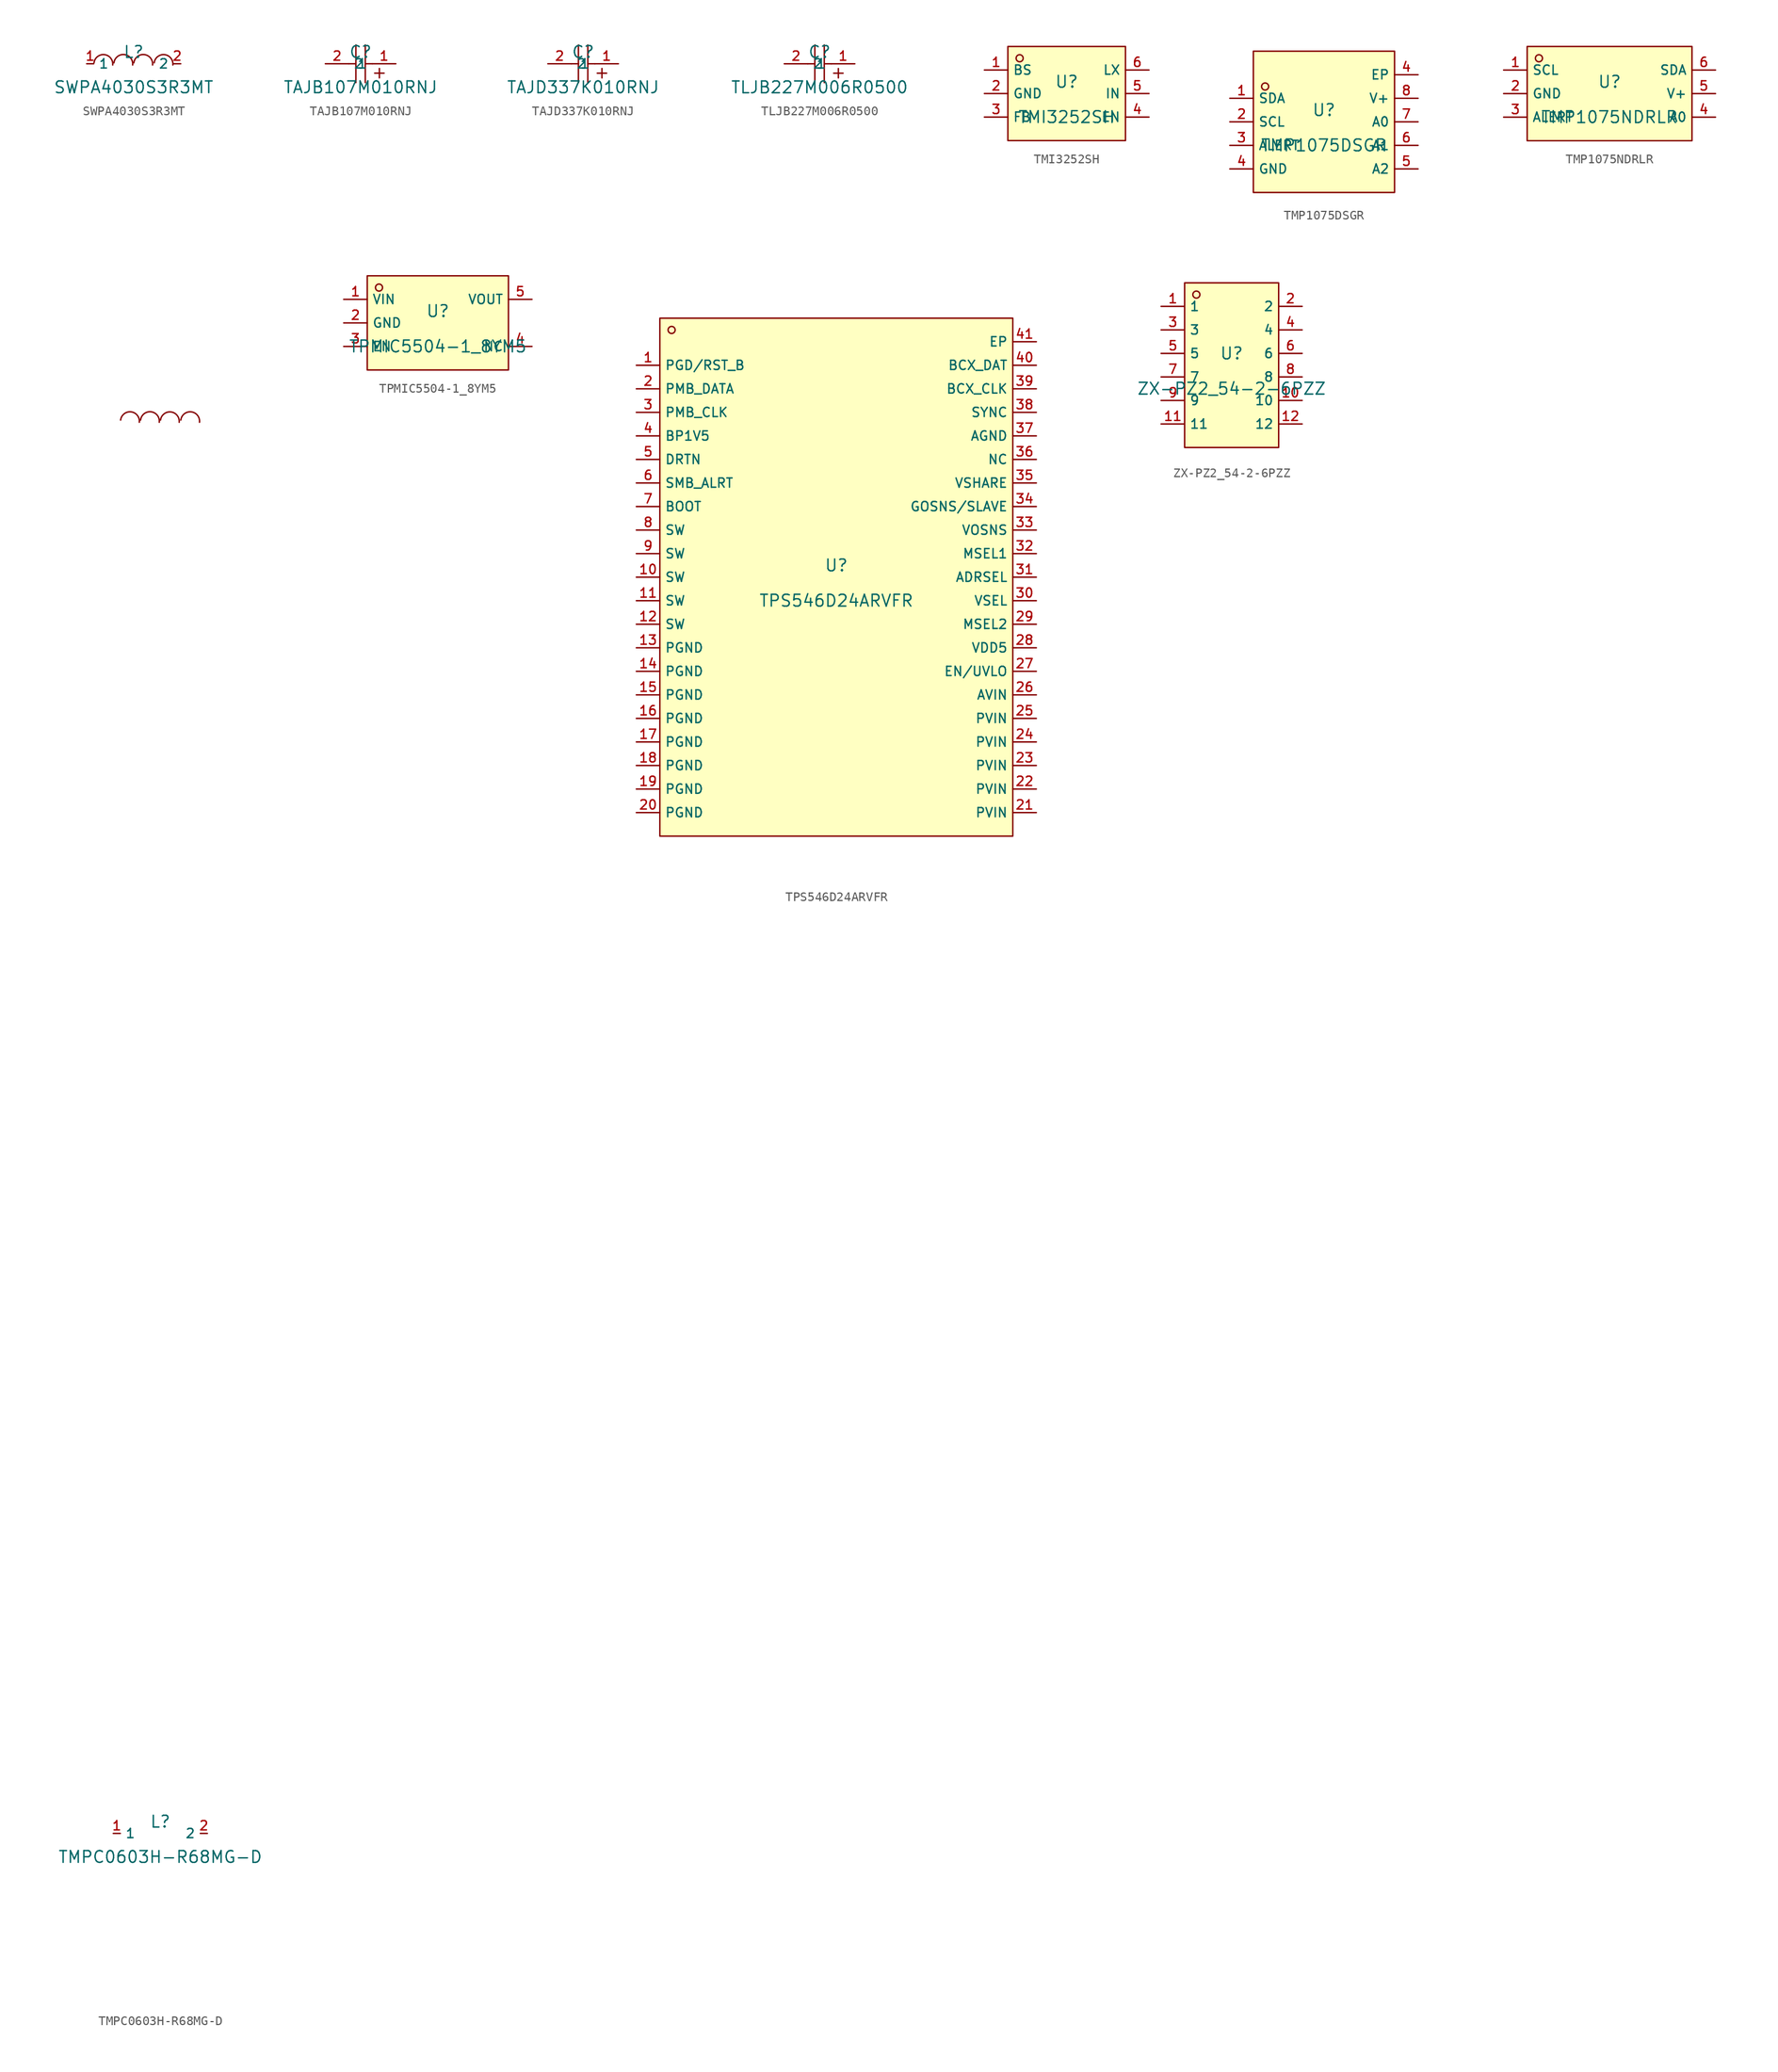
<source format=kicad_sym>
(kicad_symbol_lib
  (version 20241209)
  (generator "kicad_symbol_editor")
  (generator_version "9.0")
  (symbol "SWPA4030S3R3MT"
    (property "Reference" "L"
      (at 0 1.27 0)
      (effects (font (size 1.27 1.27))))
    (property "Value" "SWPA4030S3R3MT"
      (at 0 -2.54 0)
      (effects (font (size 1.27 1.27))))
    (symbol "SWPA4030S3R3MT_0_1"
      (arc (start -4.2858 0.1011) (mid -3.1595 0.9883) (end -2.2674 -0.1341) (stroke (width 0) (type default)) (fill (type none)))
      (arc (start -2.1318 0.1001) (mid -1.0047 0.9914) (end -0.1135 -0.1357) (stroke (width 0) (type default)) (fill (type none)))
      (arc (start 0.0196 0.1001) (mid 1.1465 0.9912) (end 2.0378 -0.1357) (stroke (width 0) (type default)) (fill (type none)))
      (arc (start 2.2128 0.1011) (mid 3.339 0.9882) (end 4.2312 -0.1341) (stroke (width 0) (type default)) (fill (type none)))
      (pin unspecified line (at -5.08 0 0) (length 0.762) (name "1" (effects (font (size 1 1)))) (number "1" (effects (font (size 1 1)))))
      (pin unspecified line (at 5.08 0 180) (length 0.762) (name "2" (effects (font (size 1 1)))) (number "2" (effects (font (size 1 1)))))))
  (symbol "TAJB107M010RNJ"
    (property "Reference" "C"
      (at 0 1.27 0)
      (effects (font (size 1.27 1.27))))
    (property "Value" "TAJB107M010RNJ"
      (at 0 -2.54 0)
      (effects (font (size 1.27 1.27))))
    (symbol "TAJB107M010RNJ_0_1"
      (polyline (pts (xy -0.508 0) (xy -1.27 0)) (stroke (width 0) (type default)) (fill (type none)))
      (polyline (pts (xy -0.508 -2.032) (xy -0.508 2.032)) (stroke (width 0) (type default)) (fill (type none)))
      (polyline (pts (xy 0.508 -2.032) (xy 0.508 2.032)) (stroke (width 0) (type default)) (fill (type none)))
      (polyline (pts (xy 1.27 0) (xy 0.508 0)) (stroke (width 0) (type default)) (fill (type none)))
      (polyline (pts (xy 2.032 -1.524) (xy 2.032 -0.508)) (stroke (width 0) (type default)) (fill (type none)))
      (polyline (pts (xy 2.54 -1.016) (xy 1.524 -1.016)) (stroke (width 0) (type default)) (fill (type none)))
      (pin input line (at -3.81 0 0) (length 2.54) (name "2" (effects (font (size 1 1)))) (number "2" (effects (font (size 1 1)))))
      (pin input line (at 3.81 0 180) (length 2.54) (name "1" (effects (font (size 1 1)))) (number "1" (effects (font (size 1 1)))))))
  (symbol "TAJD337K010RNJ"
    (property "Reference" "C"
      (at 0 1.27 0)
      (effects (font (size 1.27 1.27))))
    (property "Value" "TAJD337K010RNJ"
      (at 0 -2.54 0)
      (effects (font (size 1.27 1.27))))
    (symbol "TAJD337K010RNJ_0_1"
      (polyline (pts (xy 0.508 -2.032) (xy 0.508 2.032)) (stroke (width 0) (type default) (color 0 0 0 0)) (fill (type none)))
      (polyline (pts (xy -0.508 -2.032) (xy -0.508 2.032)) (stroke (width 0) (type default) (color 0 0 0 0)) (fill (type none)))
      (pin input line (at 3.81 -0.0 180) (length 2.54) (name "1" (effects (font (size 1 1)))) (number "1" (effects (font (size 1 1)))))
      (pin input line (at -3.81 -0.0 0) (length 2.54) (name "2" (effects (font (size 1 1)))) (number "2" (effects (font (size 1 1)))))
      (polyline (pts (xy 1.27 -0.0) (xy 0.508 -0.0)) (stroke (width 0) (type default) (color 0 0 0 0)) (fill (type none)))
      (polyline (pts (xy -0.508 -0.0) (xy -1.27 -0.0)) (stroke (width 0) (type default) (color 0 0 0 0)) (fill (type none)))
      (polyline (pts (xy 2.54 -1.016) (xy 1.524 -1.016)) (stroke (width 0) (type default) (color 0 0 0 0)) (fill (type none)))
      (polyline (pts (xy 2.032 -1.524) (xy 2.032 -0.508)) (stroke (width 0) (type default) (color 0 0 0 0)) (fill (type none)))))
  (symbol "TLJB227M006R0500"
    (property "Reference" "C"
      (at 0 1.27 0)
      (effects (font (size 1.27 1.27))))
    (property "Value" "TLJB227M006R0500"
      (at 0 -2.54 0)
      (effects (font (size 1.27 1.27))))
    (symbol "TLJB227M006R0500_0_1"
      (polyline (pts (xy -0.508 0) (xy -1.27 0)) (stroke (width 0) (type default)) (fill (type none)))
      (polyline (pts (xy -0.508 -2.032) (xy -0.508 2.032)) (stroke (width 0) (type default)) (fill (type none)))
      (polyline (pts (xy 0.508 -2.032) (xy 0.508 2.032)) (stroke (width 0) (type default)) (fill (type none)))
      (polyline (pts (xy 1.27 0) (xy 0.508 0)) (stroke (width 0) (type default)) (fill (type none)))
      (polyline (pts (xy 2.032 -1.524) (xy 2.032 -0.508)) (stroke (width 0) (type default)) (fill (type none)))
      (polyline (pts (xy 2.54 -1.016) (xy 1.524 -1.016)) (stroke (width 0) (type default)) (fill (type none)))
      (pin input line (at -3.81 0 0) (length 2.54) (name "2" (effects (font (size 1 1)))) (number "2" (effects (font (size 1 1)))))
      (pin input line (at 3.81 0 180) (length 2.54) (name "1" (effects (font (size 1 1)))) (number "1" (effects (font (size 1 1)))))))
  (symbol "TMI3252SH"
    (property "Reference" "U"
      (at 0 1.27 0)
      (effects (font (size 1.27 1.27))))
    (property "Value" "TMI3252SH"
      (at 0 -2.54 0)
      (effects (font (size 1.27 1.27))))
    (symbol "TMI3252SH_0_1"
      (rectangle (start -6.35 5.08) (end 6.35 -5.08) (stroke (width 0) (type default)) (fill (type background)))
      (circle (center -5.08 3.81) (radius 0.381) (stroke (width 0) (type default)) (fill (type background)))
      (pin unspecified line (at -8.89 2.54 0) (length 2.54) (name "BS" (effects (font (size 1 1)))) (number "1" (effects (font (size 1 1)))))
      (pin unspecified line (at -8.89 0 0) (length 2.54) (name "GND" (effects (font (size 1 1)))) (number "2" (effects (font (size 1 1)))))
      (pin unspecified line (at -8.89 -2.54 0) (length 2.54) (name "FB" (effects (font (size 1 1)))) (number "3" (effects (font (size 1 1)))))
      (pin unspecified line (at 8.89 2.54 180) (length 2.54) (name "LX" (effects (font (size 1 1)))) (number "6" (effects (font (size 1 1)))))
      (pin unspecified line (at 8.89 0 180) (length 2.54) (name "IN" (effects (font (size 1 1)))) (number "5" (effects (font (size 1 1)))))
      (pin unspecified line (at 8.89 -2.54 180) (length 2.54) (name "EN" (effects (font (size 1 1)))) (number "4" (effects (font (size 1 1)))))))
  (symbol "TMP1075DSGR"
    (property "Reference" "U"
      (at 0 1.27 0)
      (effects (font (size 1.27 1.27))))
    (property "Value" "TMP1075DSGR"
      (at 0 -2.54 0)
      (effects (font (size 1.27 1.27))))
    (symbol "TMP1075DSGR_0_1"
      (rectangle (start -7.62 7.62) (end 7.62 -7.62) (stroke (width 0) (type default) (color 0 0 0 0)) (fill (type background)))
      (circle (center -6.35 3.81) (radius 0.381) (stroke (width 0) (type default) (color 0 0 0 0)) (fill (type background)))
      (pin unspecified line (at -10.16 2.54 0) (length 2.54) (name "SDA" (effects (font (size 1 1)))) (number "1" (effects (font (size 1 1)))))
      (pin unspecified line (at -10.16 -0.0 0) (length 2.54) (name "SCL" (effects (font (size 1 1)))) (number "2" (effects (font (size 1 1)))))
      (pin unspecified line (at -10.16 -2.54 0) (length 2.54) (name "ALERT" (effects (font (size 1 1)))) (number "3" (effects (font (size 1 1)))))
      (pin unspecified line (at -10.16 -5.08 0) (length 2.54) (name "GND" (effects (font (size 1 1)))) (number "4" (effects (font (size 1 1)))))
      (pin unspecified line (at 10.16 -5.08 180) (length 2.54) (name "A2" (effects (font (size 1 1)))) (number "5" (effects (font (size 1 1)))))
      (pin unspecified line (at 10.16 -2.54 180) (length 2.54) (name "A1" (effects (font (size 1 1)))) (number "6" (effects (font (size 1 1)))))
      (pin unspecified line (at 10.16 -0.0 180) (length 2.54) (name "A0" (effects (font (size 1 1)))) (number "7" (effects (font (size 1 1)))))
      (pin unspecified line (at 10.16 2.54 180) (length 2.54) (name "V+" (effects (font (size 1 1)))) (number "8" (effects (font (size 1 1)))))
      (pin unspecified line (at 10.16 5.08 180) (length 2.54) (name "EP" (effects (font (size 1 1)))) (number "4" (effects (font (size 1 1)))))))
  (symbol "TMP1075NDRLR"
    (property "Reference" "U"
      (at 0 1.27 0)
      (effects (font (size 1.27 1.27))))
    (property "Value" "TMP1075NDRLR"
      (at 0 -2.54 0)
      (effects (font (size 1.27 1.27))))
    (symbol "TMP1075NDRLR_0_1"
      (rectangle (start -8.89 5.08) (end 8.89 -5.08) (stroke (width 0) (type default) (color 0 0 0 0)) (fill (type background)))
      (circle (center -7.62 3.81) (radius 0.381) (stroke (width 0) (type default) (color 0 0 0 0)) (fill (type background)))
      (pin unspecified line (at -11.43 2.54 0) (length 2.54) (name "SCL" (effects (font (size 1 1)))) (number "1" (effects (font (size 1 1)))))
      (pin unspecified line (at -11.43 -0.0 0) (length 2.54) (name "GND" (effects (font (size 1 1)))) (number "2" (effects (font (size 1 1)))))
      (pin unspecified line (at -11.43 -2.54 0) (length 2.54) (name "ALERT" (effects (font (size 1 1)))) (number "3" (effects (font (size 1 1)))))
      (pin unspecified line (at 11.43 -2.54 180) (length 2.54) (name "A0" (effects (font (size 1 1)))) (number "4" (effects (font (size 1 1)))))
      (pin unspecified line (at 11.43 -0.0 180) (length 2.54) (name "V+" (effects (font (size 1 1)))) (number "5" (effects (font (size 1 1)))))
      (pin unspecified line (at 11.43 2.54 180) (length 2.54) (name "SDA" (effects (font (size 1 1)))) (number "6" (effects (font (size 1 1)))))))
  (symbol "TMPC0603H-R68MG-D"
    (property "Reference" "L"
      (at 0 1.27 0)
      (effects (font (size 1.27 1.27))))
    (property "Value" "TMPC0603H-R68MG-D"
      (at 0 -2.54 0)
      (effects (font (size 1.27 1.27))))
    (symbol "TMPC0603H-R68MG-D_0_1"
      (arc (start -4.2858 152.5014) (mid -3.1595 153.3885) (end -2.2674 152.2662) (stroke (width 0) (type default)) (fill (type none)))
      (arc (start -2.1318 152.5004) (mid -1.0047 153.3916) (end -0.1135 152.2646) (stroke (width 0) (type default)) (fill (type none)))
      (arc (start 0.0196 152.5004) (mid 1.1465 153.3914) (end 2.0378 152.2646) (stroke (width 0) (type default)) (fill (type none)))
      (arc (start 2.2128 152.5014) (mid 3.339 153.3884) (end 4.2312 152.2662) (stroke (width 0) (type default)) (fill (type none)))
      (pin unspecified line (at -5.08 0 0) (length 0.762) (name "1" (effects (font (size 1 1)))) (number "1" (effects (font (size 1 1)))))
      (pin unspecified line (at 5.08 0 180) (length 0.762) (name "2" (effects (font (size 1 1)))) (number "2" (effects (font (size 1 1)))))))
  (symbol "TPMIC5504-1_8YM5"
    (property "Reference" "U"
      (at 0 1.27 0)
      (effects (font (size 1.27 1.27))))
    (property "Value" "TPMIC5504-1_8YM5"
      (at 0 -2.54 0)
      (effects (font (size 1.27 1.27))))
    (symbol "TPMIC5504-1_8YM5_0_1"
      (rectangle (start -7.62 5.08) (end 7.62 -5.08) (stroke (width 0) (type default)) (fill (type background)))
      (circle (center -6.35 3.81) (radius 0.381) (stroke (width 0) (type default)) (fill (type background)))
      (pin unspecified line (at -10.16 2.54 0) (length 2.54) (name "VIN" (effects (font (size 1 1)))) (number "1" (effects (font (size 1 1)))))
      (pin unspecified line (at -10.16 0 0) (length 2.54) (name "GND" (effects (font (size 1 1)))) (number "2" (effects (font (size 1 1)))))
      (pin unspecified line (at -10.16 -2.54 0) (length 2.54) (name "EN" (effects (font (size 1 1)))) (number "3" (effects (font (size 1 1)))))
      (pin unspecified line (at 10.16 2.54 180) (length 2.54) (name "VOUT" (effects (font (size 1 1)))) (number "5" (effects (font (size 1 1)))))
      (pin unspecified line (at 10.16 -2.54 180) (length 2.54) (name "NC" (effects (font (size 1 1)))) (number "4" (effects (font (size 1 1)))))))
  (symbol "TPS546D24ARVFR"
    (property "Reference" "U"
      (at 0 1.27 0)
      (effects (font (size 1.27 1.27))))
    (property "Value" "TPS546D24ARVFR"
      (at 0 -2.54 0)
      (effects (font (size 1.27 1.27))))
    (symbol "TPS546D24ARVFR_0_1"
      (rectangle (start -19.05 27.94) (end 19.05 -27.94) (stroke (width 0) (type default)) (fill (type background)))
      (circle (center -17.78 26.67) (radius 0.381) (stroke (width 0) (type default)) (fill (type background)))
      (pin unspecified line (at -21.59 22.86 0) (length 2.54) (name "PGD/RST_B" (effects (font (size 1 1)))) (number "1" (effects (font (size 1 1)))))
      (pin unspecified line (at -21.59 20.32 0) (length 2.54) (name "PMB_DATA" (effects (font (size 1 1)))) (number "2" (effects (font (size 1 1)))))
      (pin unspecified line (at -21.59 17.78 0) (length 2.54) (name "PMB_CLK" (effects (font (size 1 1)))) (number "3" (effects (font (size 1 1)))))
      (pin unspecified line (at -21.59 15.24 0) (length 2.54) (name "BP1V5" (effects (font (size 1 1)))) (number "4" (effects (font (size 1 1)))))
      (pin unspecified line (at -21.59 12.7 0) (length 2.54) (name "DRTN" (effects (font (size 1 1)))) (number "5" (effects (font (size 1 1)))))
      (pin unspecified line (at -21.59 10.16 0) (length 2.54) (name "SMB_ALRT" (effects (font (size 1 1)))) (number "6" (effects (font (size 1 1)))))
      (pin unspecified line (at -21.59 7.62 0) (length 2.54) (name "BOOT" (effects (font (size 1 1)))) (number "7" (effects (font (size 1 1)))))
      (pin unspecified line (at -21.59 5.08 0) (length 2.54) (name "SW" (effects (font (size 1 1)))) (number "8" (effects (font (size 1 1)))))
      (pin unspecified line (at -21.59 2.54 0) (length 2.54) (name "SW" (effects (font (size 1 1)))) (number "9" (effects (font (size 1 1)))))
      (pin unspecified line (at -21.59 0 0) (length 2.54) (name "SW" (effects (font (size 1 1)))) (number "10" (effects (font (size 1 1)))))
      (pin unspecified line (at -21.59 -2.54 0) (length 2.54) (name "SW" (effects (font (size 1 1)))) (number "11" (effects (font (size 1 1)))))
      (pin unspecified line (at -21.59 -5.08 0) (length 2.54) (name "SW" (effects (font (size 1 1)))) (number "12" (effects (font (size 1 1)))))
      (pin unspecified line (at -21.59 -7.62 0) (length 2.54) (name "PGND" (effects (font (size 1 1)))) (number "13" (effects (font (size 1 1)))))
      (pin unspecified line (at -21.59 -10.16 0) (length 2.54) (name "PGND" (effects (font (size 1 1)))) (number "14" (effects (font (size 1 1)))))
      (pin unspecified line (at -21.59 -12.7 0) (length 2.54) (name "PGND" (effects (font (size 1 1)))) (number "15" (effects (font (size 1 1)))))
      (pin unspecified line (at -21.59 -15.24 0) (length 2.54) (name "PGND" (effects (font (size 1 1)))) (number "16" (effects (font (size 1 1)))))
      (pin unspecified line (at -21.59 -17.78 0) (length 2.54) (name "PGND" (effects (font (size 1 1)))) (number "17" (effects (font (size 1 1)))))
      (pin unspecified line (at -21.59 -20.32 0) (length 2.54) (name "PGND" (effects (font (size 1 1)))) (number "18" (effects (font (size 1 1)))))
      (pin unspecified line (at -21.59 -22.86 0) (length 2.54) (name "PGND" (effects (font (size 1 1)))) (number "19" (effects (font (size 1 1)))))
      (pin unspecified line (at -21.59 -25.4 0) (length 2.54) (name "PGND" (effects (font (size 1 1)))) (number "20" (effects (font (size 1 1)))))
      (pin unspecified line (at 21.59 25.4 180) (length 2.54) (name "EP" (effects (font (size 1 1)))) (number "41" (effects (font (size 1 1)))))
      (pin unspecified line (at 21.59 22.86 180) (length 2.54) (name "BCX_DAT" (effects (font (size 1 1)))) (number "40" (effects (font (size 1 1)))))
      (pin unspecified line (at 21.59 20.32 180) (length 2.54) (name "BCX_CLK" (effects (font (size 1 1)))) (number "39" (effects (font (size 1 1)))))
      (pin unspecified line (at 21.59 17.78 180) (length 2.54) (name "SYNC" (effects (font (size 1 1)))) (number "38" (effects (font (size 1 1)))))
      (pin unspecified line (at 21.59 15.24 180) (length 2.54) (name "AGND" (effects (font (size 1 1)))) (number "37" (effects (font (size 1 1)))))
      (pin unspecified line (at 21.59 12.7 180) (length 2.54) (name "NC" (effects (font (size 1 1)))) (number "36" (effects (font (size 1 1)))))
      (pin unspecified line (at 21.59 10.16 180) (length 2.54) (name "VSHARE" (effects (font (size 1 1)))) (number "35" (effects (font (size 1 1)))))
      (pin unspecified line (at 21.59 7.62 180) (length 2.54) (name "GOSNS/SLAVE" (effects (font (size 1 1)))) (number "34" (effects (font (size 1 1)))))
      (pin unspecified line (at 21.59 5.08 180) (length 2.54) (name "VOSNS" (effects (font (size 1 1)))) (number "33" (effects (font (size 1 1)))))
      (pin unspecified line (at 21.59 2.54 180) (length 2.54) (name "MSEL1" (effects (font (size 1 1)))) (number "32" (effects (font (size 1 1)))))
      (pin unspecified line (at 21.59 0 180) (length 2.54) (name "ADRSEL" (effects (font (size 1 1)))) (number "31" (effects (font (size 1 1)))))
      (pin unspecified line (at 21.59 -2.54 180) (length 2.54) (name "VSEL" (effects (font (size 1 1)))) (number "30" (effects (font (size 1 1)))))
      (pin unspecified line (at 21.59 -5.08 180) (length 2.54) (name "MSEL2" (effects (font (size 1 1)))) (number "29" (effects (font (size 1 1)))))
      (pin unspecified line (at 21.59 -7.62 180) (length 2.54) (name "VDD5" (effects (font (size 1 1)))) (number "28" (effects (font (size 1 1)))))
      (pin unspecified line (at 21.59 -10.16 180) (length 2.54) (name "EN/UVLO" (effects (font (size 1 1)))) (number "27" (effects (font (size 1 1)))))
      (pin unspecified line (at 21.59 -12.7 180) (length 2.54) (name "AVIN" (effects (font (size 1 1)))) (number "26" (effects (font (size 1 1)))))
      (pin unspecified line (at 21.59 -15.24 180) (length 2.54) (name "PVIN" (effects (font (size 1 1)))) (number "25" (effects (font (size 1 1)))))
      (pin unspecified line (at 21.59 -17.78 180) (length 2.54) (name "PVIN" (effects (font (size 1 1)))) (number "24" (effects (font (size 1 1)))))
      (pin unspecified line (at 21.59 -20.32 180) (length 2.54) (name "PVIN" (effects (font (size 1 1)))) (number "23" (effects (font (size 1 1)))))
      (pin unspecified line (at 21.59 -22.86 180) (length 2.54) (name "PVIN" (effects (font (size 1 1)))) (number "22" (effects (font (size 1 1)))))
      (pin unspecified line (at 21.59 -25.4 180) (length 2.54) (name "PVIN" (effects (font (size 1 1)))) (number "21" (effects (font (size 1 1)))))))
  (symbol "ZX-PZ2_54-2-6PZZ"
    (property "Reference" "U"
      (at 0 1.27 0)
      (effects (font (size 1.27 1.27))))
    (property "Value" "ZX-PZ2_54-2-6PZZ"
      (at 0 -2.54 0)
      (effects (font (size 1.27 1.27))))
    (symbol "ZX-PZ2_54-2-6PZZ_0_1"
      (rectangle (start -5.08 8.89) (end 5.08 -8.89) (stroke (width 0) (type default)) (fill (type background)))
      (circle (center -3.81 7.62) (radius 0.381) (stroke (width 0) (type default)) (fill (type background)))
      (pin unspecified line (at -7.62 6.35 0) (length 2.54) (name "1" (effects (font (size 1 1)))) (number "1" (effects (font (size 1 1)))))
      (pin unspecified line (at -7.62 3.81 0) (length 2.54) (name "3" (effects (font (size 1 1)))) (number "3" (effects (font (size 1 1)))))
      (pin unspecified line (at -7.62 1.27 0) (length 2.54) (name "5" (effects (font (size 1 1)))) (number "5" (effects (font (size 1 1)))))
      (pin unspecified line (at -7.62 -1.27 0) (length 2.54) (name "7" (effects (font (size 1 1)))) (number "7" (effects (font (size 1 1)))))
      (pin unspecified line (at -7.62 -3.81 0) (length 2.54) (name "9" (effects (font (size 1 1)))) (number "9" (effects (font (size 1 1)))))
      (pin unspecified line (at -7.62 -6.35 0) (length 2.54) (name "11" (effects (font (size 1 1)))) (number "11" (effects (font (size 1 1)))))
      (pin unspecified line (at 7.62 6.35 180) (length 2.54) (name "2" (effects (font (size 1 1)))) (number "2" (effects (font (size 1 1)))))
      (pin unspecified line (at 7.62 3.81 180) (length 2.54) (name "4" (effects (font (size 1 1)))) (number "4" (effects (font (size 1 1)))))
      (pin unspecified line (at 7.62 1.27 180) (length 2.54) (name "6" (effects (font (size 1 1)))) (number "6" (effects (font (size 1 1)))))
      (pin unspecified line (at 7.62 -1.27 180) (length 2.54) (name "8" (effects (font (size 1 1)))) (number "8" (effects (font (size 1 1)))))
      (pin unspecified line (at 7.62 -3.81 180) (length 2.54) (name "10" (effects (font (size 1 1)))) (number "10" (effects (font (size 1 1)))))
      (pin unspecified line (at 7.62 -6.35 180) (length 2.54) (name "12" (effects (font (size 1 1)))) (number "12" (effects (font (size 1 1))))))))
</source>
